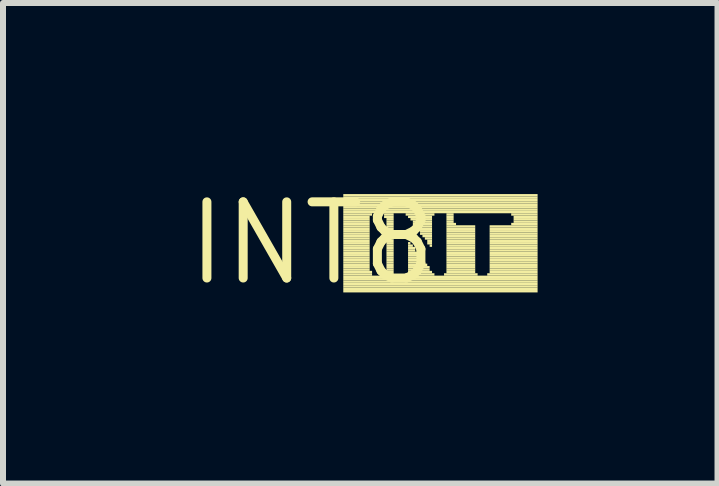
<source format=kicad_pcb>
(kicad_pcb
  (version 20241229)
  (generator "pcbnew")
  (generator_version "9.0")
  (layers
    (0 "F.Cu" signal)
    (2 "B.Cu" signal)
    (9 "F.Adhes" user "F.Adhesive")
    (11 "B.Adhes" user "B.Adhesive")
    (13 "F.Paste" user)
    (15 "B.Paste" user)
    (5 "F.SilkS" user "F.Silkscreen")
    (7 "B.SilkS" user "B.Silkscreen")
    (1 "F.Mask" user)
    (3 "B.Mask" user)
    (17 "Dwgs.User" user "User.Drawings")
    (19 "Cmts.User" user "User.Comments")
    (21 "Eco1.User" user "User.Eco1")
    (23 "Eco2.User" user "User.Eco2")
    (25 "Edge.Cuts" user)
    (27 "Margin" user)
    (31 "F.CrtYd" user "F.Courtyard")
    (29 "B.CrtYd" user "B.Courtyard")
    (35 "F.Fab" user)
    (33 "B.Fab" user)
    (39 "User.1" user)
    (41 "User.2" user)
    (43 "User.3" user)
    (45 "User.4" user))
  (footprint "INT8"
    (layer "F.Cu")
    (at 2.154 1.006)
    (property "Reference" "INT8" (at 0 0 0) (layer "F.SilkS") (effects (font (size 1.27 1.27) (thickness 0.15))))
    (fp_poly (pts (xy 0.52 -0.78) (xy 3.76 -0.78) (xy 3.76 -0.82) (xy 0.52 -0.82)) (stroke (width 0) (type solid)) (fill yes) (layer "F.SilkS"))
    (fp_poly (pts (xy 0.52 -0.74) (xy 3.76 -0.74) (xy 3.76 -0.78) (xy 0.52 -0.78)) (stroke (width 0) (type solid)) (fill yes) (layer "F.SilkS"))
    (fp_poly (pts (xy 0.52 -0.7) (xy 3.76 -0.7) (xy 3.76 -0.74) (xy 0.52 -0.74)) (stroke (width 0) (type solid)) (fill yes) (layer "F.SilkS"))
    (fp_poly (pts (xy 0.52 -0.66) (xy 3.76 -0.66) (xy 3.76 -0.7) (xy 0.52 -0.7)) (stroke (width 0) (type solid)) (fill yes) (layer "F.SilkS"))
    (fp_poly (pts (xy 0.52 -0.62) (xy 3.76 -0.62) (xy 3.76 -0.66) (xy 0.52 -0.66)) (stroke (width 0) (type solid)) (fill yes) (layer "F.SilkS"))
    (fp_poly (pts (xy 0.52 -0.58) (xy 3.76 -0.58) (xy 3.76 -0.62) (xy 0.52 -0.62)) (stroke (width 0) (type solid)) (fill yes) (layer "F.SilkS"))
    (fp_poly (pts (xy 0.52 -0.54) (xy 3.76 -0.54) (xy 3.76 -0.58) (xy 0.52 -0.58)) (stroke (width 0) (type solid)) (fill yes) (layer "F.SilkS"))
    (fp_poly (pts (xy 0.52 -0.5) (xy 3.76 -0.5) (xy 3.76 -0.54) (xy 0.52 -0.54)) (stroke (width 0) (type solid)) (fill yes) (layer "F.SilkS"))
    (fp_poly (pts (xy 0.52 -0.46) (xy 1 -0.46) (xy 1 -0.5) (xy 0.52 -0.5)) (stroke (width 0) (type solid)) (fill yes) (layer "F.SilkS"))
    (fp_poly (pts (xy 0.52 -0.42) (xy 0.96 -0.42) (xy 0.96 -0.46) (xy 0.52 -0.46)) (stroke (width 0) (type solid)) (fill yes) (layer "F.SilkS"))
    (fp_poly (pts (xy 0.52 -0.38) (xy 0.96 -0.38) (xy 0.96 -0.42) (xy 0.52 -0.42)) (stroke (width 0) (type solid)) (fill yes) (layer "F.SilkS"))
    (fp_poly (pts (xy 0.52 -0.34) (xy 0.96 -0.34) (xy 0.96 -0.38) (xy 0.52 -0.38)) (stroke (width 0) (type solid)) (fill yes) (layer "F.SilkS"))
    (fp_poly (pts (xy 0.52 -0.3) (xy 0.96 -0.3) (xy 0.96 -0.34) (xy 0.52 -0.34)) (stroke (width 0) (type solid)) (fill yes) (layer "F.SilkS"))
    (fp_poly (pts (xy 0.52 -0.26) (xy 0.96 -0.26) (xy 0.96 -0.3) (xy 0.52 -0.3)) (stroke (width 0) (type solid)) (fill yes) (layer "F.SilkS"))
    (fp_poly (pts (xy 0.52 -0.22) (xy 0.96 -0.22) (xy 0.96 -0.26) (xy 0.52 -0.26)) (stroke (width 0) (type solid)) (fill yes) (layer "F.SilkS"))
    (fp_poly (pts (xy 0.52 -0.18) (xy 0.96 -0.18) (xy 0.96 -0.22) (xy 0.52 -0.22)) (stroke (width 0) (type solid)) (fill yes) (layer "F.SilkS"))
    (fp_poly (pts (xy 0.52 -0.14) (xy 0.96 -0.14) (xy 0.96 -0.18) (xy 0.52 -0.18)) (stroke (width 0) (type solid)) (fill yes) (layer "F.SilkS"))
    (fp_poly (pts (xy 0.52 -0.1) (xy 0.96 -0.1) (xy 0.96 -0.14) (xy 0.52 -0.14)) (stroke (width 0) (type solid)) (fill yes) (layer "F.SilkS"))
    (fp_poly (pts (xy 0.52 -0.06) (xy 0.96 -0.06) (xy 0.96 -0.1) (xy 0.52 -0.1)) (stroke (width 0) (type solid)) (fill yes) (layer "F.SilkS"))
    (fp_poly (pts (xy 0.52 -0.02) (xy 0.96 -0.02) (xy 0.96 -0.06) (xy 0.52 -0.06)) (stroke (width 0) (type solid)) (fill yes) (layer "F.SilkS"))
    (fp_poly (pts (xy 0.52 0.02) (xy 0.96 0.02) (xy 0.96 -0.02) (xy 0.52 -0.02)) (stroke (width 0) (type solid)) (fill yes) (layer "F.SilkS"))
    (fp_poly (pts (xy 0.52 0.06) (xy 0.96 0.06) (xy 0.96 0.02) (xy 0.52 0.02)) (stroke (width 0) (type solid)) (fill yes) (layer "F.SilkS"))
    (fp_poly (pts (xy 0.52 0.1) (xy 0.96 0.1) (xy 0.96 0.06) (xy 0.52 0.06)) (stroke (width 0) (type solid)) (fill yes) (layer "F.SilkS"))
    (fp_poly (pts (xy 0.52 0.14) (xy 0.96 0.14) (xy 0.96 0.1) (xy 0.52 0.1)) (stroke (width 0) (type solid)) (fill yes) (layer "F.SilkS"))
    (fp_poly (pts (xy 0.52 0.18) (xy 0.96 0.18) (xy 0.96 0.14) (xy 0.52 0.14)) (stroke (width 0) (type solid)) (fill yes) (layer "F.SilkS"))
    (fp_poly (pts (xy 0.52 0.22) (xy 0.96 0.22) (xy 0.96 0.18) (xy 0.52 0.18)) (stroke (width 0) (type solid)) (fill yes) (layer "F.SilkS"))
    (fp_poly (pts (xy 0.52 0.26) (xy 0.96 0.26) (xy 0.96 0.22) (xy 0.52 0.22)) (stroke (width 0) (type solid)) (fill yes) (layer "F.SilkS"))
    (fp_poly (pts (xy 0.52 0.3) (xy 0.96 0.3) (xy 0.96 0.26) (xy 0.52 0.26)) (stroke (width 0) (type solid)) (fill yes) (layer "F.SilkS"))
    (fp_poly (pts (xy 0.52 0.34) (xy 0.96 0.34) (xy 0.96 0.3) (xy 0.52 0.3)) (stroke (width 0) (type solid)) (fill yes) (layer "F.SilkS"))
    (fp_poly (pts (xy 0.52 0.38) (xy 0.96 0.38) (xy 0.96 0.34) (xy 0.52 0.34)) (stroke (width 0) (type solid)) (fill yes) (layer "F.SilkS"))
    (fp_poly (pts (xy 0.52 0.42) (xy 0.96 0.42) (xy 0.96 0.38) (xy 0.52 0.38)) (stroke (width 0) (type solid)) (fill yes) (layer "F.SilkS"))
    (fp_poly (pts (xy 0.52 0.46) (xy 0.96 0.46) (xy 0.96 0.42) (xy 0.52 0.42)) (stroke (width 0) (type solid)) (fill yes) (layer "F.SilkS"))
    (fp_poly (pts (xy 0.52 0.5) (xy 1 0.5) (xy 1 0.46) (xy 0.52 0.46)) (stroke (width 0) (type solid)) (fill yes) (layer "F.SilkS"))
    (fp_poly (pts (xy 0.52 0.54) (xy 1 0.54) (xy 1 0.5) (xy 0.52 0.5)) (stroke (width 0) (type solid)) (fill yes) (layer "F.SilkS"))
    (fp_poly (pts (xy 0.52 0.58) (xy 3.76 0.58) (xy 3.76 0.54) (xy 0.52 0.54)) (stroke (width 0) (type solid)) (fill yes) (layer "F.SilkS"))
    (fp_poly (pts (xy 0.52 0.62) (xy 3.76 0.62) (xy 3.76 0.58) (xy 0.52 0.58)) (stroke (width 0) (type solid)) (fill yes) (layer "F.SilkS"))
    (fp_poly (pts (xy 0.52 0.66) (xy 3.76 0.66) (xy 3.76 0.62) (xy 0.52 0.62)) (stroke (width 0) (type solid)) (fill yes) (layer "F.SilkS"))
    (fp_poly (pts (xy 0.52 0.7) (xy 3.76 0.7) (xy 3.76 0.66) (xy 0.52 0.66)) (stroke (width 0) (type solid)) (fill yes) (layer "F.SilkS"))
    (fp_poly (pts (xy 0.52 0.74) (xy 3.76 0.74) (xy 3.76 0.7) (xy 0.52 0.7)) (stroke (width 0) (type solid)) (fill yes) (layer "F.SilkS"))
    (fp_poly (pts (xy 0.52 0.78) (xy 3.76 0.78) (xy 3.76 0.74) (xy 0.52 0.74)) (stroke (width 0) (type solid)) (fill yes) (layer "F.SilkS"))
    (fp_poly (pts (xy 0.52 0.82) (xy 3.76 0.82) (xy 3.76 0.78) (xy 0.52 0.78)) (stroke (width 0) (type solid)) (fill yes) (layer "F.SilkS"))
    (fp_poly (pts (xy 1.2 -0.46) (xy 1.36 -0.46) (xy 1.36 -0.5) (xy 1.2 -0.5)) (stroke (width 0) (type solid)) (fill yes) (layer "F.SilkS"))
    (fp_poly (pts (xy 1.2 -0.42) (xy 1.36 -0.42) (xy 1.36 -0.46) (xy 1.2 -0.46)) (stroke (width 0) (type solid)) (fill yes) (layer "F.SilkS"))
    (fp_poly (pts (xy 1.2 0.5) (xy 1.36 0.5) (xy 1.36 0.46) (xy 1.2 0.46)) (stroke (width 0) (type solid)) (fill yes) (layer "F.SilkS"))
    (fp_poly (pts (xy 1.2 0.54) (xy 1.36 0.54) (xy 1.36 0.5) (xy 1.2 0.5)) (stroke (width 0) (type solid)) (fill yes) (layer "F.SilkS"))
    (fp_poly (pts (xy 1.24 -0.38) (xy 1.36 -0.38) (xy 1.36 -0.42) (xy 1.24 -0.42)) (stroke (width 0) (type solid)) (fill yes) (layer "F.SilkS"))
    (fp_poly (pts (xy 1.24 -0.34) (xy 1.36 -0.34) (xy 1.36 -0.38) (xy 1.24 -0.38)) (stroke (width 0) (type solid)) (fill yes) (layer "F.SilkS"))
    (fp_poly (pts (xy 1.24 -0.3) (xy 1.36 -0.3) (xy 1.36 -0.34) (xy 1.24 -0.34)) (stroke (width 0) (type solid)) (fill yes) (layer "F.SilkS"))
    (fp_poly (pts (xy 1.24 -0.26) (xy 1.36 -0.26) (xy 1.36 -0.3) (xy 1.24 -0.3)) (stroke (width 0) (type solid)) (fill yes) (layer "F.SilkS"))
    (fp_poly (pts (xy 1.24 -0.22) (xy 1.36 -0.22) (xy 1.36 -0.26) (xy 1.24 -0.26)) (stroke (width 0) (type solid)) (fill yes) (layer "F.SilkS"))
    (fp_poly (pts (xy 1.24 -0.18) (xy 1.36 -0.18) (xy 1.36 -0.22) (xy 1.24 -0.22)) (stroke (width 0) (type solid)) (fill yes) (layer "F.SilkS"))
    (fp_poly (pts (xy 1.24 -0.14) (xy 1.36 -0.14) (xy 1.36 -0.18) (xy 1.24 -0.18)) (stroke (width 0) (type solid)) (fill yes) (layer "F.SilkS"))
    (fp_poly (pts (xy 1.24 -0.1) (xy 1.36 -0.1) (xy 1.36 -0.14) (xy 1.24 -0.14)) (stroke (width 0) (type solid)) (fill yes) (layer "F.SilkS"))
    (fp_poly (pts (xy 1.24 -0.06) (xy 1.36 -0.06) (xy 1.36 -0.1) (xy 1.24 -0.1)) (stroke (width 0) (type solid)) (fill yes) (layer "F.SilkS"))
    (fp_poly (pts (xy 1.24 -0.02) (xy 1.36 -0.02) (xy 1.36 -0.06) (xy 1.24 -0.06)) (stroke (width 0) (type solid)) (fill yes) (layer "F.SilkS"))
    (fp_poly (pts (xy 1.24 0.02) (xy 1.36 0.02) (xy 1.36 -0.02) (xy 1.24 -0.02)) (stroke (width 0) (type solid)) (fill yes) (layer "F.SilkS"))
    (fp_poly (pts (xy 1.24 0.06) (xy 1.36 0.06) (xy 1.36 0.02) (xy 1.24 0.02)) (stroke (width 0) (type solid)) (fill yes) (layer "F.SilkS"))
    (fp_poly (pts (xy 1.24 0.1) (xy 1.36 0.1) (xy 1.36 0.06) (xy 1.24 0.06)) (stroke (width 0) (type solid)) (fill yes) (layer "F.SilkS"))
    (fp_poly (pts (xy 1.24 0.14) (xy 1.36 0.14) (xy 1.36 0.1) (xy 1.24 0.1)) (stroke (width 0) (type solid)) (fill yes) (layer "F.SilkS"))
    (fp_poly (pts (xy 1.24 0.18) (xy 1.36 0.18) (xy 1.36 0.14) (xy 1.24 0.14)) (stroke (width 0) (type solid)) (fill yes) (layer "F.SilkS"))
    (fp_poly (pts (xy 1.24 0.22) (xy 1.36 0.22) (xy 1.36 0.18) (xy 1.24 0.18)) (stroke (width 0) (type solid)) (fill yes) (layer "F.SilkS"))
    (fp_poly (pts (xy 1.24 0.26) (xy 1.36 0.26) (xy 1.36 0.22) (xy 1.24 0.22)) (stroke (width 0) (type solid)) (fill yes) (layer "F.SilkS"))
    (fp_poly (pts (xy 1.24 0.3) (xy 1.36 0.3) (xy 1.36 0.26) (xy 1.24 0.26)) (stroke (width 0) (type solid)) (fill yes) (layer "F.SilkS"))
    (fp_poly (pts (xy 1.24 0.34) (xy 1.36 0.34) (xy 1.36 0.3) (xy 1.24 0.3)) (stroke (width 0) (type solid)) (fill yes) (layer "F.SilkS"))
    (fp_poly (pts (xy 1.24 0.38) (xy 1.36 0.38) (xy 1.36 0.34) (xy 1.24 0.34)) (stroke (width 0) (type solid)) (fill yes) (layer "F.SilkS"))
    (fp_poly (pts (xy 1.24 0.42) (xy 1.36 0.42) (xy 1.36 0.38) (xy 1.24 0.38)) (stroke (width 0) (type solid)) (fill yes) (layer "F.SilkS"))
    (fp_poly (pts (xy 1.24 0.46) (xy 1.36 0.46) (xy 1.36 0.42) (xy 1.24 0.42)) (stroke (width 0) (type solid)) (fill yes) (layer "F.SilkS"))
    (fp_poly (pts (xy 1.56 -0.46) (xy 2.04 -0.46) (xy 2.04 -0.5) (xy 1.56 -0.5)) (stroke (width 0) (type solid)) (fill yes) (layer "F.SilkS"))
    (fp_poly (pts (xy 1.56 0.54) (xy 2.04 0.54) (xy 2.04 0.5) (xy 1.56 0.5)) (stroke (width 0) (type solid)) (fill yes) (layer "F.SilkS"))
    (fp_poly (pts (xy 1.6 -0.42) (xy 2 -0.42) (xy 2 -0.46) (xy 1.6 -0.46)) (stroke (width 0) (type solid)) (fill yes) (layer "F.SilkS"))
    (fp_poly (pts (xy 1.6 0.02) (xy 1.64 0.02) (xy 1.64 -0.02) (xy 1.6 -0.02)) (stroke (width 0) (type solid)) (fill yes) (layer "F.SilkS"))
    (fp_poly (pts (xy 1.6 0.06) (xy 1.68 0.06) (xy 1.68 0.02) (xy 1.6 0.02)) (stroke (width 0) (type solid)) (fill yes) (layer "F.SilkS"))
    (fp_poly (pts (xy 1.6 0.1) (xy 1.72 0.1) (xy 1.72 0.06) (xy 1.6 0.06)) (stroke (width 0) (type solid)) (fill yes) (layer "F.SilkS"))
    (fp_poly (pts (xy 1.6 0.14) (xy 1.72 0.14) (xy 1.72 0.1) (xy 1.6 0.1)) (stroke (width 0) (type solid)) (fill yes) (layer "F.SilkS"))
    (fp_poly (pts (xy 1.6 0.18) (xy 1.76 0.18) (xy 1.76 0.14) (xy 1.6 0.14)) (stroke (width 0) (type solid)) (fill yes) (layer "F.SilkS"))
    (fp_poly (pts (xy 1.6 0.22) (xy 1.8 0.22) (xy 1.8 0.18) (xy 1.6 0.18)) (stroke (width 0) (type solid)) (fill yes) (layer "F.SilkS"))
    (fp_poly (pts (xy 1.6 0.26) (xy 1.84 0.26) (xy 1.84 0.22) (xy 1.6 0.22)) (stroke (width 0) (type solid)) (fill yes) (layer "F.SilkS"))
    (fp_poly (pts (xy 1.6 0.3) (xy 1.84 0.3) (xy 1.84 0.26) (xy 1.6 0.26)) (stroke (width 0) (type solid)) (fill yes) (layer "F.SilkS"))
    (fp_poly (pts (xy 1.6 0.34) (xy 1.88 0.34) (xy 1.88 0.3) (xy 1.6 0.3)) (stroke (width 0) (type solid)) (fill yes) (layer "F.SilkS"))
    (fp_poly (pts (xy 1.6 0.38) (xy 1.92 0.38) (xy 1.92 0.34) (xy 1.6 0.34)) (stroke (width 0) (type solid)) (fill yes) (layer "F.SilkS"))
    (fp_poly (pts (xy 1.6 0.42) (xy 1.96 0.42) (xy 1.96 0.38) (xy 1.6 0.38)) (stroke (width 0) (type solid)) (fill yes) (layer "F.SilkS"))
    (fp_poly (pts (xy 1.6 0.46) (xy 1.96 0.46) (xy 1.96 0.42) (xy 1.6 0.42)) (stroke (width 0) (type solid)) (fill yes) (layer "F.SilkS"))
    (fp_poly (pts (xy 1.6 0.5) (xy 2 0.5) (xy 2 0.46) (xy 1.6 0.46)) (stroke (width 0) (type solid)) (fill yes) (layer "F.SilkS"))
    (fp_poly (pts (xy 1.64 -0.38) (xy 2 -0.38) (xy 2 -0.42) (xy 1.64 -0.42)) (stroke (width 0) (type solid)) (fill yes) (layer "F.SilkS"))
    (fp_poly (pts (xy 1.68 -0.34) (xy 2 -0.34) (xy 2 -0.38) (xy 1.68 -0.38)) (stroke (width 0) (type solid)) (fill yes) (layer "F.SilkS"))
    (fp_poly (pts (xy 1.68 -0.3) (xy 2 -0.3) (xy 2 -0.34) (xy 1.68 -0.34)) (stroke (width 0) (type solid)) (fill yes) (layer "F.SilkS"))
    (fp_poly (pts (xy 1.72 -0.26) (xy 2 -0.26) (xy 2 -0.3) (xy 1.72 -0.3)) (stroke (width 0) (type solid)) (fill yes) (layer "F.SilkS"))
    (fp_poly (pts (xy 1.76 -0.22) (xy 2 -0.22) (xy 2 -0.26) (xy 1.76 -0.26)) (stroke (width 0) (type solid)) (fill yes) (layer "F.SilkS"))
    (fp_poly (pts (xy 1.8 -0.18) (xy 2 -0.18) (xy 2 -0.22) (xy 1.8 -0.22)) (stroke (width 0) (type solid)) (fill yes) (layer "F.SilkS"))
    (fp_poly (pts (xy 1.8 -0.14) (xy 2 -0.14) (xy 2 -0.18) (xy 1.8 -0.18)) (stroke (width 0) (type solid)) (fill yes) (layer "F.SilkS"))
    (fp_poly (pts (xy 1.84 -0.1) (xy 2 -0.1) (xy 2 -0.14) (xy 1.84 -0.14)) (stroke (width 0) (type solid)) (fill yes) (layer "F.SilkS"))
    (fp_poly (pts (xy 1.88 -0.06) (xy 2 -0.06) (xy 2 -0.1) (xy 1.88 -0.1)) (stroke (width 0) (type solid)) (fill yes) (layer "F.SilkS"))
    (fp_poly (pts (xy 1.92 -0.02) (xy 2 -0.02) (xy 2 -0.06) (xy 1.92 -0.06)) (stroke (width 0) (type solid)) (fill yes) (layer "F.SilkS"))
    (fp_poly (pts (xy 1.92 0.02) (xy 2 0.02) (xy 2 -0.02) (xy 1.92 -0.02)) (stroke (width 0) (type solid)) (fill yes) (layer "F.SilkS"))
    (fp_poly (pts (xy 1.96 0.06) (xy 2 0.06) (xy 2 0.02) (xy 1.96 0.02)) (stroke (width 0) (type solid)) (fill yes) (layer "F.SilkS"))
    (fp_poly (pts (xy 2.2 0.54) (xy 2.76 0.54) (xy 2.76 0.5) (xy 2.2 0.5)) (stroke (width 0) (type solid)) (fill yes) (layer "F.SilkS"))
    (fp_poly (pts (xy 2.24 -0.46) (xy 2.36 -0.46) (xy 2.36 -0.5) (xy 2.24 -0.5)) (stroke (width 0) (type solid)) (fill yes) (layer "F.SilkS"))
    (fp_poly (pts (xy 2.24 -0.42) (xy 2.36 -0.42) (xy 2.36 -0.46) (xy 2.24 -0.46)) (stroke (width 0) (type solid)) (fill yes) (layer "F.SilkS"))
    (fp_poly (pts (xy 2.24 -0.38) (xy 2.36 -0.38) (xy 2.36 -0.42) (xy 2.24 -0.42)) (stroke (width 0) (type solid)) (fill yes) (layer "F.SilkS"))
    (fp_poly (pts (xy 2.24 -0.34) (xy 2.36 -0.34) (xy 2.36 -0.38) (xy 2.24 -0.38)) (stroke (width 0) (type solid)) (fill yes) (layer "F.SilkS"))
    (fp_poly (pts (xy 2.24 -0.3) (xy 2.4 -0.3) (xy 2.4 -0.34) (xy 2.24 -0.34)) (stroke (width 0) (type solid)) (fill yes) (layer "F.SilkS"))
    (fp_poly (pts (xy 2.24 -0.26) (xy 2.72 -0.26) (xy 2.72 -0.3) (xy 2.24 -0.3)) (stroke (width 0) (type solid)) (fill yes) (layer "F.SilkS"))
    (fp_poly (pts (xy 2.24 -0.22) (xy 2.72 -0.22) (xy 2.72 -0.26) (xy 2.24 -0.26)) (stroke (width 0) (type solid)) (fill yes) (layer "F.SilkS"))
    (fp_poly (pts (xy 2.24 -0.18) (xy 2.72 -0.18) (xy 2.72 -0.22) (xy 2.24 -0.22)) (stroke (width 0) (type solid)) (fill yes) (layer "F.SilkS"))
    (fp_poly (pts (xy 2.24 -0.14) (xy 2.72 -0.14) (xy 2.72 -0.18) (xy 2.24 -0.18)) (stroke (width 0) (type solid)) (fill yes) (layer "F.SilkS"))
    (fp_poly (pts (xy 2.24 -0.1) (xy 2.72 -0.1) (xy 2.72 -0.14) (xy 2.24 -0.14)) (stroke (width 0) (type solid)) (fill yes) (layer "F.SilkS"))
    (fp_poly (pts (xy 2.24 -0.06) (xy 2.72 -0.06) (xy 2.72 -0.1) (xy 2.24 -0.1)) (stroke (width 0) (type solid)) (fill yes) (layer "F.SilkS"))
    (fp_poly (pts (xy 2.24 -0.02) (xy 2.72 -0.02) (xy 2.72 -0.06) (xy 2.24 -0.06)) (stroke (width 0) (type solid)) (fill yes) (layer "F.SilkS"))
    (fp_poly (pts (xy 2.24 0.02) (xy 2.72 0.02) (xy 2.72 -0.02) (xy 2.24 -0.02)) (stroke (width 0) (type solid)) (fill yes) (layer "F.SilkS"))
    (fp_poly (pts (xy 2.24 0.06) (xy 2.72 0.06) (xy 2.72 0.02) (xy 2.24 0.02)) (stroke (width 0) (type solid)) (fill yes) (layer "F.SilkS"))
    (fp_poly (pts (xy 2.24 0.1) (xy 2.72 0.1) (xy 2.72 0.06) (xy 2.24 0.06)) (stroke (width 0) (type solid)) (fill yes) (layer "F.SilkS"))
    (fp_poly (pts (xy 2.24 0.14) (xy 2.72 0.14) (xy 2.72 0.1) (xy 2.24 0.1)) (stroke (width 0) (type solid)) (fill yes) (layer "F.SilkS"))
    (fp_poly (pts (xy 2.24 0.18) (xy 2.72 0.18) (xy 2.72 0.14) (xy 2.24 0.14)) (stroke (width 0) (type solid)) (fill yes) (layer "F.SilkS"))
    (fp_poly (pts (xy 2.24 0.22) (xy 2.72 0.22) (xy 2.72 0.18) (xy 2.24 0.18)) (stroke (width 0) (type solid)) (fill yes) (layer "F.SilkS"))
    (fp_poly (pts (xy 2.24 0.26) (xy 2.72 0.26) (xy 2.72 0.22) (xy 2.24 0.22)) (stroke (width 0) (type solid)) (fill yes) (layer "F.SilkS"))
    (fp_poly (pts (xy 2.24 0.3) (xy 2.72 0.3) (xy 2.72 0.26) (xy 2.24 0.26)) (stroke (width 0) (type solid)) (fill yes) (layer "F.SilkS"))
    (fp_poly (pts (xy 2.24 0.34) (xy 2.72 0.34) (xy 2.72 0.3) (xy 2.24 0.3)) (stroke (width 0) (type solid)) (fill yes) (layer "F.SilkS"))
    (fp_poly (pts (xy 2.24 0.38) (xy 2.72 0.38) (xy 2.72 0.34) (xy 2.24 0.34)) (stroke (width 0) (type solid)) (fill yes) (layer "F.SilkS"))
    (fp_poly (pts (xy 2.24 0.42) (xy 2.72 0.42) (xy 2.72 0.38) (xy 2.24 0.38)) (stroke (width 0) (type solid)) (fill yes) (layer "F.SilkS"))
    (fp_poly (pts (xy 2.24 0.46) (xy 2.72 0.46) (xy 2.72 0.42) (xy 2.24 0.42)) (stroke (width 0) (type solid)) (fill yes) (layer "F.SilkS"))
    (fp_poly (pts (xy 2.24 0.5) (xy 2.72 0.5) (xy 2.72 0.46) (xy 2.24 0.46)) (stroke (width 0) (type solid)) (fill yes) (layer "F.SilkS"))
    (fp_poly (pts (xy 2.92 0.54) (xy 3.76 0.54) (xy 3.76 0.5) (xy 2.92 0.5)) (stroke (width 0) (type solid)) (fill yes) (layer "F.SilkS"))
    (fp_poly (pts (xy 2.96 -0.26) (xy 3.76 -0.26) (xy 3.76 -0.3) (xy 2.96 -0.3)) (stroke (width 0) (type solid)) (fill yes) (layer "F.SilkS"))
    (fp_poly (pts (xy 2.96 -0.22) (xy 3.76 -0.22) (xy 3.76 -0.26) (xy 2.96 -0.26)) (stroke (width 0) (type solid)) (fill yes) (layer "F.SilkS"))
    (fp_poly (pts (xy 2.96 -0.18) (xy 3.76 -0.18) (xy 3.76 -0.22) (xy 2.96 -0.22)) (stroke (width 0) (type solid)) (fill yes) (layer "F.SilkS"))
    (fp_poly (pts (xy 2.96 -0.14) (xy 3.76 -0.14) (xy 3.76 -0.18) (xy 2.96 -0.18)) (stroke (width 0) (type solid)) (fill yes) (layer "F.SilkS"))
    (fp_poly (pts (xy 2.96 -0.1) (xy 3.76 -0.1) (xy 3.76 -0.14) (xy 2.96 -0.14)) (stroke (width 0) (type solid)) (fill yes) (layer "F.SilkS"))
    (fp_poly (pts (xy 2.96 -0.06) (xy 3.76 -0.06) (xy 3.76 -0.1) (xy 2.96 -0.1)) (stroke (width 0) (type solid)) (fill yes) (layer "F.SilkS"))
    (fp_poly (pts (xy 2.96 -0.02) (xy 3.76 -0.02) (xy 3.76 -0.06) (xy 2.96 -0.06)) (stroke (width 0) (type solid)) (fill yes) (layer "F.SilkS"))
    (fp_poly (pts (xy 2.96 0.02) (xy 3.76 0.02) (xy 3.76 -0.02) (xy 2.96 -0.02)) (stroke (width 0) (type solid)) (fill yes) (layer "F.SilkS"))
    (fp_poly (pts (xy 2.96 0.06) (xy 3.76 0.06) (xy 3.76 0.02) (xy 2.96 0.02)) (stroke (width 0) (type solid)) (fill yes) (layer "F.SilkS"))
    (fp_poly (pts (xy 2.96 0.1) (xy 3.76 0.1) (xy 3.76 0.06) (xy 2.96 0.06)) (stroke (width 0) (type solid)) (fill yes) (layer "F.SilkS"))
    (fp_poly (pts (xy 2.96 0.14) (xy 3.76 0.14) (xy 3.76 0.1) (xy 2.96 0.1)) (stroke (width 0) (type solid)) (fill yes) (layer "F.SilkS"))
    (fp_poly (pts (xy 2.96 0.18) (xy 3.76 0.18) (xy 3.76 0.14) (xy 2.96 0.14)) (stroke (width 0) (type solid)) (fill yes) (layer "F.SilkS"))
    (fp_poly (pts (xy 2.96 0.22) (xy 3.76 0.22) (xy 3.76 0.18) (xy 2.96 0.18)) (stroke (width 0) (type solid)) (fill yes) (layer "F.SilkS"))
    (fp_poly (pts (xy 2.96 0.26) (xy 3.76 0.26) (xy 3.76 0.22) (xy 2.96 0.22)) (stroke (width 0) (type solid)) (fill yes) (layer "F.SilkS"))
    (fp_poly (pts (xy 2.96 0.3) (xy 3.76 0.3) (xy 3.76 0.26) (xy 2.96 0.26)) (stroke (width 0) (type solid)) (fill yes) (layer "F.SilkS"))
    (fp_poly (pts (xy 2.96 0.34) (xy 3.76 0.34) (xy 3.76 0.3) (xy 2.96 0.3)) (stroke (width 0) (type solid)) (fill yes) (layer "F.SilkS"))
    (fp_poly (pts (xy 2.96 0.38) (xy 3.76 0.38) (xy 3.76 0.34) (xy 2.96 0.34)) (stroke (width 0) (type solid)) (fill yes) (layer "F.SilkS"))
    (fp_poly (pts (xy 2.96 0.42) (xy 3.76 0.42) (xy 3.76 0.38) (xy 2.96 0.38)) (stroke (width 0) (type solid)) (fill yes) (layer "F.SilkS"))
    (fp_poly (pts (xy 2.96 0.46) (xy 3.76 0.46) (xy 3.76 0.42) (xy 2.96 0.42)) (stroke (width 0) (type solid)) (fill yes) (layer "F.SilkS"))
    (fp_poly (pts (xy 2.96 0.5) (xy 3.76 0.5) (xy 3.76 0.46) (xy 2.96 0.46)) (stroke (width 0) (type solid)) (fill yes) (layer "F.SilkS"))
    (fp_poly (pts (xy 3.32 -0.46) (xy 3.76 -0.46) (xy 3.76 -0.5) (xy 3.32 -0.5)) (stroke (width 0) (type solid)) (fill yes) (layer "F.SilkS"))
    (fp_poly (pts (xy 3.32 -0.3) (xy 3.76 -0.3) (xy 3.76 -0.34) (xy 3.32 -0.34)) (stroke (width 0) (type solid)) (fill yes) (layer "F.SilkS"))
    (fp_poly (pts (xy 3.36 -0.42) (xy 3.76 -0.42) (xy 3.76 -0.46) (xy 3.36 -0.46)) (stroke (width 0) (type solid)) (fill yes) (layer "F.SilkS"))
    (fp_poly (pts (xy 3.36 -0.38) (xy 3.76 -0.38) (xy 3.76 -0.42) (xy 3.36 -0.42)) (stroke (width 0) (type solid)) (fill yes) (layer "F.SilkS"))
    (fp_poly (pts (xy 3.36 -0.34) (xy 3.76 -0.34) (xy 3.76 -0.38) (xy 3.36 -0.38)) (stroke (width 0) (type solid)) (fill yes) (layer "F.SilkS")))
  (gr_rect
    (start -3 -3)
    (end 8.914 5.012)
    (stroke (width 0.1) (type default))
    (fill no)
    (layer "Edge.Cuts")))
</source>
